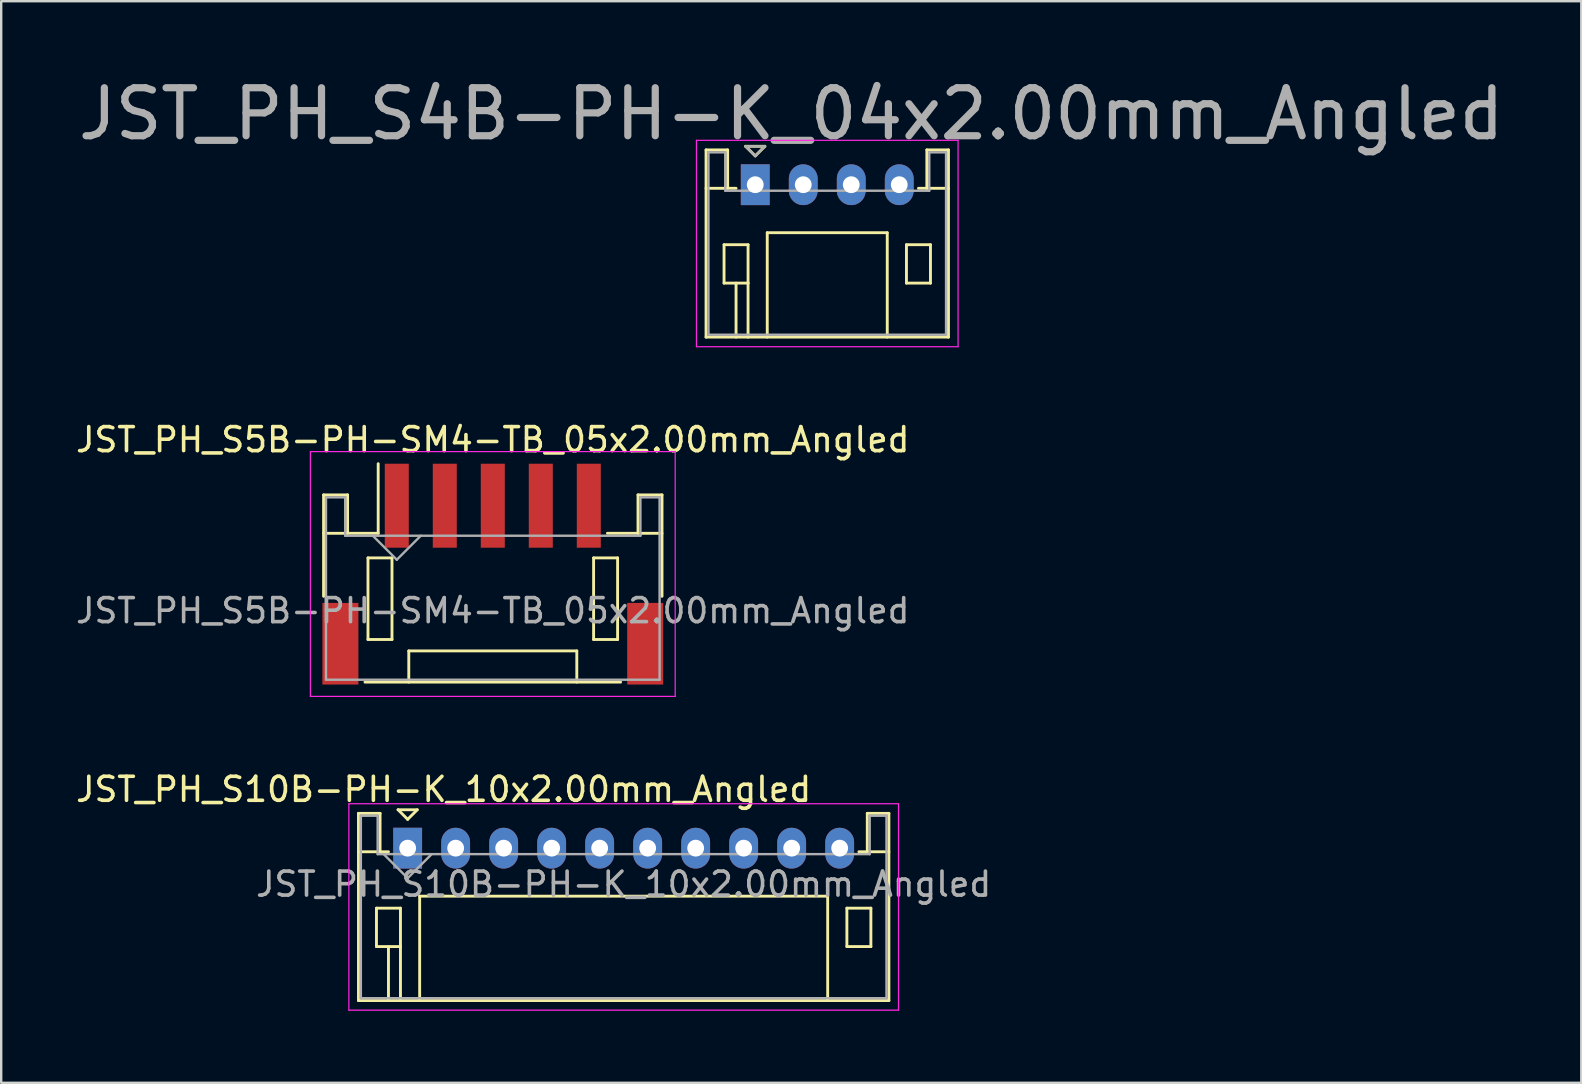
<source format=kicad_pcb>
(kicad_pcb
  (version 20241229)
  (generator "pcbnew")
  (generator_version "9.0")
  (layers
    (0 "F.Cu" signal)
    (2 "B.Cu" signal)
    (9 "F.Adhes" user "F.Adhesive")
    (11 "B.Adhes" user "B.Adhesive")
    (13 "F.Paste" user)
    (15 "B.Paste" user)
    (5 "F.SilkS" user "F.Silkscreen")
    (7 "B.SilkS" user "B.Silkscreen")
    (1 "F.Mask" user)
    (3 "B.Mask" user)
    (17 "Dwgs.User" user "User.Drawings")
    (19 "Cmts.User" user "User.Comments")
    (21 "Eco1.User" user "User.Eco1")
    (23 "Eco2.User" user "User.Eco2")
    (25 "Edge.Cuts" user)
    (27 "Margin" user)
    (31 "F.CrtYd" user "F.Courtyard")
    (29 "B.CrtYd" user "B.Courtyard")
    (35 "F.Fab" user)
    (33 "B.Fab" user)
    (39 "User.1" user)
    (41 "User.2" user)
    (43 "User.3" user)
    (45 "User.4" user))
  (footprint "JST_PH_S10B-PH-K_10x2.00mm_Angled"
    (layer "F.Cu")
    (at 13.935 32.288)
    (property "Reference" "JST_PH_S10B-PH-K_10x2.00mm_Angled" (at 1.5 -2.45 0) (layer "F.SilkS") (effects (font (size 1 1) (thickness 0.15))))
    (attr through_hole)
    (fp_line (start -2.05 -1.45) (end -2.05 6.35) (stroke (width 0.12) (type solid)) (layer "F.SilkS"))
    (fp_line (start -2.05 0.15) (end -1.15 0.15) (stroke (width 0.12) (type solid)) (layer "F.SilkS"))
    (fp_line (start -2.05 6.35) (end 20.05 6.35) (stroke (width 0.12) (type solid)) (layer "F.SilkS"))
    (fp_line (start -1.3 2.5) (end -1.3 4.1) (stroke (width 0.12) (type solid)) (layer "F.SilkS"))
    (fp_line (start -1.3 4.1) (end -0.3 4.1) (stroke (width 0.12) (type solid)) (layer "F.SilkS"))
    (fp_line (start -1.15 -1.45) (end -2.05 -1.45) (stroke (width 0.12) (type solid)) (layer "F.SilkS"))
    (fp_line (start -1.15 0.15) (end -1.15 -1.45) (stroke (width 0.12) (type solid)) (layer "F.SilkS"))
    (fp_line (start -0.8 0.15) (end -1.15 0.15) (stroke (width 0.12) (type solid)) (layer "F.SilkS"))
    (fp_line (start -0.8 4.1) (end -0.8 6.35) (stroke (width 0.12) (type solid)) (layer "F.SilkS"))
    (fp_line (start -0.4 -1.6) (end 0.4 -1.6) (stroke (width 0.12) (type solid)) (layer "F.SilkS"))
    (fp_line (start -0.3 2.5) (end -1.3 2.5) (stroke (width 0.12) (type solid)) (layer "F.SilkS"))
    (fp_line (start -0.3 4.1) (end -0.3 2.5) (stroke (width 0.12) (type solid)) (layer "F.SilkS"))
    (fp_line (start -0.3 4.1) (end -0.3 6.35) (stroke (width 0.12) (type solid)) (layer "F.SilkS"))
    (fp_line (start 0 -1.2) (end -0.4 -1.6) (stroke (width 0.12) (type solid)) (layer "F.SilkS"))
    (fp_line (start 0.4 -1.6) (end 0 -1.2) (stroke (width 0.12) (type solid)) (layer "F.SilkS"))
    (fp_line (start 0.5 2) (end 17.5 2) (stroke (width 0.12) (type solid)) (layer "F.SilkS"))
    (fp_line (start 0.5 6.35) (end 0.5 2) (stroke (width 0.12) (type solid)) (layer "F.SilkS"))
    (fp_line (start 17.5 2) (end 17.5 6.35) (stroke (width 0.12) (type solid)) (layer "F.SilkS"))
    (fp_line (start 18.3 2.5) (end 19.3 2.5) (stroke (width 0.12) (type solid)) (layer "F.SilkS"))
    (fp_line (start 18.3 4.1) (end 18.3 2.5) (stroke (width 0.12) (type solid)) (layer "F.SilkS"))
    (fp_line (start 19.15 -1.45) (end 19.15 0.15) (stroke (width 0.12) (type solid)) (layer "F.SilkS"))
    (fp_line (start 19.15 0.15) (end 18.8 0.15) (stroke (width 0.12) (type solid)) (layer "F.SilkS"))
    (fp_line (start 19.3 2.5) (end 19.3 4.1) (stroke (width 0.12) (type solid)) (layer "F.SilkS"))
    (fp_line (start 19.3 4.1) (end 18.3 4.1) (stroke (width 0.12) (type solid)) (layer "F.SilkS"))
    (fp_line (start 20.05 -1.45) (end 19.15 -1.45) (stroke (width 0.12) (type solid)) (layer "F.SilkS"))
    (fp_line (start 20.05 0.15) (end 19.15 0.15) (stroke (width 0.12) (type solid)) (layer "F.SilkS"))
    (fp_line (start 20.05 6.35) (end 20.05 -1.45) (stroke (width 0.12) (type solid)) (layer "F.SilkS"))
    (fp_line (start -2.45 -1.85) (end -2.45 6.75) (stroke (width 0.05) (type solid)) (layer "F.CrtYd"))
    (fp_line (start -2.45 6.75) (end 20.45 6.75) (stroke (width 0.05) (type solid)) (layer "F.CrtYd"))
    (fp_line (start 20.45 -1.85) (end -2.45 -1.85) (stroke (width 0.05) (type solid)) (layer "F.CrtYd"))
    (fp_line (start 20.45 6.75) (end 20.45 -1.85) (stroke (width 0.05) (type solid)) (layer "F.CrtYd"))
    (fp_line (start -1.95 -1.35) (end -1.95 6.25) (stroke (width 0.1) (type solid)) (layer "F.Fab"))
    (fp_line (start -1.95 6.25) (end 19.95 6.25) (stroke (width 0.1) (type solid)) (layer "F.Fab"))
    (fp_line (start -1.25 -1.35) (end -1.95 -1.35) (stroke (width 0.1) (type solid)) (layer "F.Fab"))
    (fp_line (start -1.25 0.25) (end -1.25 -1.35) (stroke (width 0.1) (type solid)) (layer "F.Fab"))
    (fp_line (start -1 0.25) (end 0 1.25) (stroke (width 0.1) (type solid)) (layer "F.Fab"))
    (fp_line (start 0 1.25) (end 1 0.25) (stroke (width 0.1) (type solid)) (layer "F.Fab"))
    (fp_line (start 19.25 -1.35) (end 19.25 0.25) (stroke (width 0.1) (type solid)) (layer "F.Fab"))
    (fp_line (start 19.25 0.25) (end -1.25 0.25) (stroke (width 0.1) (type solid)) (layer "F.Fab"))
    (fp_line (start 19.95 -1.35) (end 19.25 -1.35) (stroke (width 0.1) (type solid)) (layer "F.Fab"))
    (fp_line (start 19.95 6.25) (end 19.95 -1.35) (stroke (width 0.1) (type solid)) (layer "F.Fab"))
    (fp_text user "${REFERENCE}" (at 9 1.5 0) (layer "F.Fab") (effects (font (size 1 1) (thickness 0.15))))
    (pad "1" thru_hole rect (at 0 0) (size 1.2 1.7) (drill 0.7) (layers "*.Cu" "*.Mask"))
    (pad "2" thru_hole oval (at 2 0) (size 1.2 1.7) (drill 0.7) (layers "*.Cu" "*.Mask"))
    (pad "3" thru_hole oval (at 4 0) (size 1.2 1.7) (drill 0.7) (layers "*.Cu" "*.Mask"))
    (pad "4" thru_hole oval (at 6 0) (size 1.2 1.7) (drill 0.7) (layers "*.Cu" "*.Mask"))
    (pad "5" thru_hole oval (at 8 0) (size 1.2 1.7) (drill 0.7) (layers "*.Cu" "*.Mask"))
    (pad "6" thru_hole oval (at 10 0) (size 1.2 1.7) (drill 0.7) (layers "*.Cu" "*.Mask"))
    (pad "7" thru_hole oval (at 12 0) (size 1.2 1.7) (drill 0.7) (layers "*.Cu" "*.Mask"))
    (pad "8" thru_hole oval (at 14 0) (size 1.2 1.7) (drill 0.7) (layers "*.Cu" "*.Mask"))
    (pad "9" thru_hole oval (at 16 0) (size 1.2 1.7) (drill 0.7) (layers "*.Cu" "*.Mask"))
    (pad "10" thru_hole oval (at 18 0) (size 1.2 1.7) (drill 0.7) (layers "*.Cu" "*.Mask")))
  (footprint "JST_PH_S4B-PH-K_04x2.00mm_Angled"
    (layer "F.Cu")
    (at 28.417 4.646)
    (property "Reference" "JST_PH_S4B-PH-K_04x2.00mm_Angled" (at 1.5 -2.95 0) (layer "F.Fab") (effects (font (size 2 2) (thickness 0.3))))
    (attr through_hole)
    (fp_line (start -2.05 -1.45) (end -2.05 6.35) (stroke (width 0.12) (type solid)) (layer "F.SilkS"))
    (fp_line (start -2.05 0.15) (end -1.15 0.15) (stroke (width 0.12) (type solid)) (layer "F.SilkS"))
    (fp_line (start -2.05 6.35) (end 8.05 6.35) (stroke (width 0.12) (type solid)) (layer "F.SilkS"))
    (fp_line (start -1.3 2.5) (end -1.3 4.1) (stroke (width 0.12) (type solid)) (layer "F.SilkS"))
    (fp_line (start -1.3 4.1) (end -0.3 4.1) (stroke (width 0.12) (type solid)) (layer "F.SilkS"))
    (fp_line (start -1.15 -1.45) (end -2.05 -1.45) (stroke (width 0.12) (type solid)) (layer "F.SilkS"))
    (fp_line (start -1.15 0.15) (end -1.15 -1.45) (stroke (width 0.12) (type solid)) (layer "F.SilkS"))
    (fp_line (start -0.8 0.15) (end -1.15 0.15) (stroke (width 0.12) (type solid)) (layer "F.SilkS"))
    (fp_line (start -0.8 4.1) (end -0.8 6.35) (stroke (width 0.12) (type solid)) (layer "F.SilkS"))
    (fp_line (start -0.4 -1.6) (end 0.4 -1.6) (stroke (width 0.12) (type solid)) (layer "F.SilkS"))
    (fp_line (start -0.3 2.5) (end -1.3 2.5) (stroke (width 0.12) (type solid)) (layer "F.SilkS"))
    (fp_line (start -0.3 4.1) (end -0.3 2.5) (stroke (width 0.12) (type solid)) (layer "F.SilkS"))
    (fp_line (start -0.3 4.1) (end -0.3 6.35) (stroke (width 0.12) (type solid)) (layer "F.SilkS"))
    (fp_line (start 0 -1.2) (end -0.4 -1.6) (stroke (width 0.12) (type solid)) (layer "F.SilkS"))
    (fp_line (start 0.4 -1.6) (end 0 -1.2) (stroke (width 0.12) (type solid)) (layer "F.SilkS"))
    (fp_line (start 0.5 2) (end 5.5 2) (stroke (width 0.12) (type solid)) (layer "F.SilkS"))
    (fp_line (start 0.5 6.35) (end 0.5 2) (stroke (width 0.12) (type solid)) (layer "F.SilkS"))
    (fp_line (start 5.5 2) (end 5.5 6.35) (stroke (width 0.12) (type solid)) (layer "F.SilkS"))
    (fp_line (start 6.3 2.5) (end 7.3 2.5) (stroke (width 0.12) (type solid)) (layer "F.SilkS"))
    (fp_line (start 6.3 4.1) (end 6.3 2.5) (stroke (width 0.12) (type solid)) (layer "F.SilkS"))
    (fp_line (start 7.15 -1.45) (end 7.15 0.15) (stroke (width 0.12) (type solid)) (layer "F.SilkS"))
    (fp_line (start 7.15 0.15) (end 6.8 0.15) (stroke (width 0.12) (type solid)) (layer "F.SilkS"))
    (fp_line (start 7.3 2.5) (end 7.3 4.1) (stroke (width 0.12) (type solid)) (layer "F.SilkS"))
    (fp_line (start 7.3 4.1) (end 6.3 4.1) (stroke (width 0.12) (type solid)) (layer "F.SilkS"))
    (fp_line (start 8.05 -1.45) (end 7.15 -1.45) (stroke (width 0.12) (type solid)) (layer "F.SilkS"))
    (fp_line (start 8.05 0.15) (end 7.15 0.15) (stroke (width 0.12) (type solid)) (layer "F.SilkS"))
    (fp_line (start 8.05 6.35) (end 8.05 -1.45) (stroke (width 0.12) (type solid)) (layer "F.SilkS"))
    (fp_line (start -2.45 -1.85) (end -2.45 6.75) (stroke (width 0.05) (type solid)) (layer "F.CrtYd"))
    (fp_line (start -2.45 6.75) (end 8.45 6.75) (stroke (width 0.05) (type solid)) (layer "F.CrtYd"))
    (fp_line (start 8.45 -1.85) (end -2.45 -1.85) (stroke (width 0.05) (type solid)) (layer "F.CrtYd"))
    (fp_line (start 8.45 6.75) (end 8.45 -1.85) (stroke (width 0.05) (type solid)) (layer "F.CrtYd"))
    (fp_line (start -1.95 -1.35) (end -1.95 6.25) (stroke (width 0.1) (type solid)) (layer "F.Fab"))
    (fp_line (start -1.95 6.25) (end 7.95 6.25) (stroke (width 0.1) (type solid)) (layer "F.Fab"))
    (fp_line (start -1.25 -1.35) (end -1.95 -1.35) (stroke (width 0.1) (type solid)) (layer "F.Fab"))
    (fp_line (start -1.25 0.25) (end -1.25 -1.35) (stroke (width 0.1) (type solid)) (layer "F.Fab"))
    (fp_line (start -0.4 -1.6) (end 0.4 -1.6) (stroke (width 0.1) (type solid)) (layer "F.Fab"))
    (fp_line (start 0 -1.2) (end -0.4 -1.6) (stroke (width 0.1) (type solid)) (layer "F.Fab"))
    (fp_line (start 0.4 -1.6) (end 0 -1.2) (stroke (width 0.1) (type solid)) (layer "F.Fab"))
    (fp_line (start 7.25 -1.35) (end 7.25 0.25) (stroke (width 0.1) (type solid)) (layer "F.Fab"))
    (fp_line (start 7.25 0.25) (end -1.25 0.25) (stroke (width 0.1) (type solid)) (layer "F.Fab"))
    (fp_line (start 7.95 -1.35) (end 7.25 -1.35) (stroke (width 0.1) (type solid)) (layer "F.Fab"))
    (fp_line (start 7.95 6.25) (end 7.95 -1.35) (stroke (width 0.1) (type solid)) (layer "F.Fab"))
    (pad "1" thru_hole rect (at 0 0) (size 1.2 1.7) (drill 0.7) (layers "*.Cu" "*.Mask"))
    (pad "2" thru_hole oval (at 2 0) (size 1.2 1.7) (drill 0.7) (layers "*.Cu" "*.Mask"))
    (pad "3" thru_hole oval (at 4 0) (size 1.2 1.7) (drill 0.7) (layers "*.Cu" "*.Mask"))
    (pad "4" thru_hole oval (at 6 0) (size 1.2 1.7) (drill 0.7) (layers "*.Cu" "*.Mask")))
  (footprint "JST_PH_S5B-PH-SM4-TB_05x2.00mm_Angled"
    (layer "F.Cu")
    (at 17.482 20.895)
    (property "Reference" "JST_PH_S5B-PH-SM4-TB_05x2.00mm_Angled" (at 0 -5.625 0) (layer "F.SilkS") (effects (font (size 1 1) (thickness 0.15))))
    (attr through_hole)
    (fp_line (start -7.05 -3.325) (end -7.05 0.9) (stroke (width 0.12) (type solid)) (layer "F.SilkS"))
    (fp_line (start -7.05 -1.725) (end -6.05 -1.725) (stroke (width 0.12) (type solid)) (layer "F.SilkS"))
    (fp_line (start -6.05 -3.325) (end -7.05 -3.325) (stroke (width 0.12) (type solid)) (layer "F.SilkS"))
    (fp_line (start -6.05 -1.725) (end -6.05 -3.325) (stroke (width 0.12) (type solid)) (layer "F.SilkS"))
    (fp_line (start -5.325 4.475) (end 5.325 4.475) (stroke (width 0.12) (type solid)) (layer "F.SilkS"))
    (fp_line (start -5.2 -0.7) (end -5.2 2.7) (stroke (width 0.12) (type solid)) (layer "F.SilkS"))
    (fp_line (start -5.2 2.7) (end -4.2 2.7) (stroke (width 0.12) (type solid)) (layer "F.SilkS"))
    (fp_line (start -4.775 -1.725) (end -6.05 -1.725) (stroke (width 0.12) (type solid)) (layer "F.SilkS"))
    (fp_line (start -4.775 -1.725) (end -4.775 -4.625) (stroke (width 0.12) (type solid)) (layer "F.SilkS"))
    (fp_line (start -4.2 -0.7) (end -5.2 -0.7) (stroke (width 0.12) (type solid)) (layer "F.SilkS"))
    (fp_line (start -4.2 2.7) (end -4.2 -0.7) (stroke (width 0.12) (type solid)) (layer "F.SilkS"))
    (fp_line (start -3.5 3.175) (end 3.5 3.175) (stroke (width 0.12) (type solid)) (layer "F.SilkS"))
    (fp_line (start -3.5 4.475) (end -3.5 3.175) (stroke (width 0.12) (type solid)) (layer "F.SilkS"))
    (fp_line (start 3.5 3.175) (end 3.5 4.475) (stroke (width 0.12) (type solid)) (layer "F.SilkS"))
    (fp_line (start 4.2 -0.7) (end 5.2 -0.7) (stroke (width 0.12) (type solid)) (layer "F.SilkS"))
    (fp_line (start 4.2 2.7) (end 4.2 -0.7) (stroke (width 0.12) (type solid)) (layer "F.SilkS"))
    (fp_line (start 5.2 -0.7) (end 5.2 2.7) (stroke (width 0.12) (type solid)) (layer "F.SilkS"))
    (fp_line (start 5.2 2.7) (end 4.2 2.7) (stroke (width 0.12) (type solid)) (layer "F.SilkS"))
    (fp_line (start 6.05 -3.325) (end 6.05 -1.725) (stroke (width 0.12) (type solid)) (layer "F.SilkS"))
    (fp_line (start 6.05 -1.725) (end 4.775 -1.725) (stroke (width 0.12) (type solid)) (layer "F.SilkS"))
    (fp_line (start 7.05 -3.325) (end 6.05 -3.325) (stroke (width 0.12) (type solid)) (layer "F.SilkS"))
    (fp_line (start 7.05 -1.725) (end 6.05 -1.725) (stroke (width 0.12) (type solid)) (layer "F.SilkS"))
    (fp_line (start 7.05 0.9) (end 7.05 -3.325) (stroke (width 0.12) (type solid)) (layer "F.SilkS"))
    (fp_line (start -7.6 -5.13) (end -7.6 5.07) (stroke (width 0.05) (type solid)) (layer "F.CrtYd"))
    (fp_line (start -7.6 5.07) (end 7.6 5.07) (stroke (width 0.05) (type solid)) (layer "F.CrtYd"))
    (fp_line (start 7.6 -5.13) (end -7.6 -5.13) (stroke (width 0.05) (type solid)) (layer "F.CrtYd"))
    (fp_line (start 7.6 5.07) (end 7.6 -5.13) (stroke (width 0.05) (type solid)) (layer "F.CrtYd"))
    (fp_line (start -6.95 -3.225) (end -6.95 4.375) (stroke (width 0.1) (type solid)) (layer "F.Fab"))
    (fp_line (start -6.95 4.375) (end 6.95 4.375) (stroke (width 0.1) (type solid)) (layer "F.Fab"))
    (fp_line (start -6.15 -3.225) (end -6.95 -3.225) (stroke (width 0.1) (type solid)) (layer "F.Fab"))
    (fp_line (start -6.15 -1.625) (end -6.15 -3.225) (stroke (width 0.1) (type solid)) (layer "F.Fab"))
    (fp_line (start -5 -1.625) (end -4 -0.625) (stroke (width 0.1) (type solid)) (layer "F.Fab"))
    (fp_line (start -4 -0.625) (end -3 -1.625) (stroke (width 0.1) (type solid)) (layer "F.Fab"))
    (fp_line (start 6.15 -3.225) (end 6.15 -1.625) (stroke (width 0.1) (type solid)) (layer "F.Fab"))
    (fp_line (start 6.15 -1.625) (end -6.15 -1.625) (stroke (width 0.1) (type solid)) (layer "F.Fab"))
    (fp_line (start 6.95 -3.225) (end 6.15 -3.225) (stroke (width 0.1) (type solid)) (layer "F.Fab"))
    (fp_line (start 6.95 4.375) (end 6.95 -3.225) (stroke (width 0.1) (type solid)) (layer "F.Fab"))
    (fp_text user "${REFERENCE}" (at 0 1.5 0) (layer "F.Fab") (effects (font (size 1 1) (thickness 0.15))))
    (pad "" smd rect (at -6.35 2.875) (size 1.5 3.4) (layers "F.Cu" "F.Mask" "F.Paste"))
    (pad "" smd rect (at 6.35 2.875) (size 1.5 3.4) (layers "F.Cu" "F.Mask" "F.Paste"))
    (pad "0" smd rect (at -4 -2.875) (size 1 3.5) (layers "F.Cu" "F.Mask" "F.Paste"))
    (pad "1" smd rect (at -2 -2.875) (size 1 3.5) (layers "F.Cu" "F.Mask" "F.Paste"))
    (pad "2" smd rect (at 0 -2.875) (size 1 3.5) (layers "F.Cu" "F.Mask" "F.Paste"))
    (pad "3" smd rect (at 2 -2.875) (size 1 3.5) (layers "F.Cu" "F.Mask" "F.Paste"))
    (pad "4" smd rect (at 4 -2.875) (size 1 3.5) (layers "F.Cu" "F.Mask" "F.Paste")))
  (gr_rect
    (start -3 -3)
    (end 62.833 42.063)
    (stroke (width 0.1) (type default))
    (fill no)
    (layer "Edge.Cuts")))
</source>
